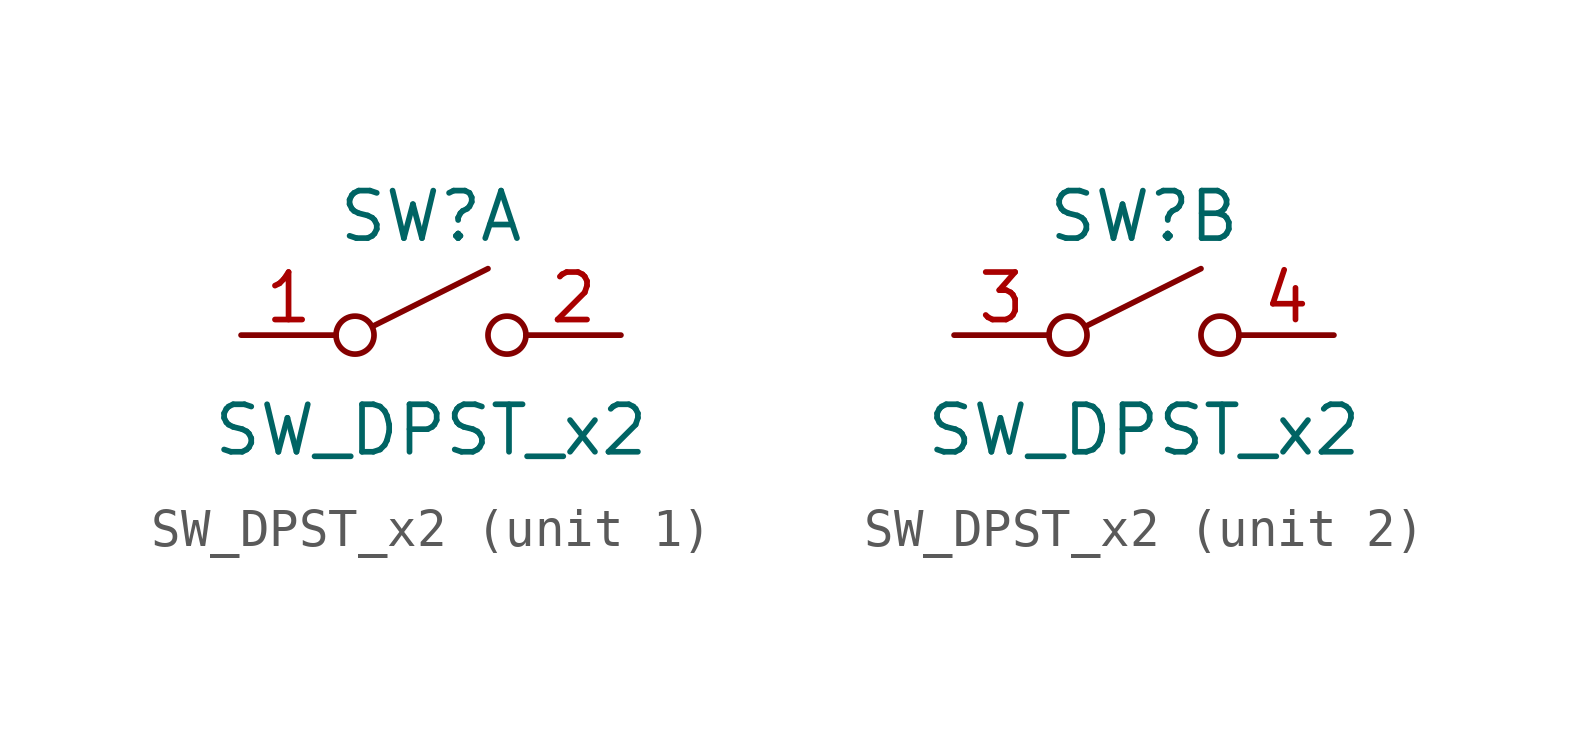
<source format=kicad_sym>
(kicad_symbol_lib
  (version 20201005)
  (generator kicad_symbol_editor)
  (symbol "SW_DPST_x2"
    (pin_names
      (offset 0) hide)
    (property "Reference" "SW"
      (at 0 3.175 0)
      (effects (font (size 1.27 1.27))))
    (property "Value" "SW_DPST_x2"
      (at 0 -2.54 0)
      (effects (font (size 1.27 1.27))))
    (symbol "SW_DPST_x2_0_0"
      (circle (center -2.032 0) (radius 0.508) (stroke (width 0)) (fill (type none)))
      (circle (center 2.032 0) (radius 0.508) (stroke (width 0)) (fill (type none)))
      (polyline (pts (xy -1.524 0.254) (xy 1.524 1.778)) (stroke (width 0)) (fill (type none))))
    (symbol "SW_DPST_x2_1_1"
      (pin passive line (at -5.08 0 0) (length 2.54) (name "A" (effects (font (size 1.27 1.27)))) (number "1" (effects (font (size 1.27 1.27)))))
      (pin passive line (at 5.08 0 180) (length 2.54) (name "B" (effects (font (size 1.27 1.27)))) (number "2" (effects (font (size 1.27 1.27))))))
    (symbol "SW_DPST_x2_2_1"
      (pin passive line (at -5.08 0 0) (length 2.54) (name "A" (effects (font (size 1.27 1.27)))) (number "3" (effects (font (size 1.27 1.27)))))
      (pin passive line (at 5.08 0 180) (length 2.54) (name "B" (effects (font (size 1.27 1.27)))) (number "4" (effects (font (size 1.27 1.27))))))))
</source>
